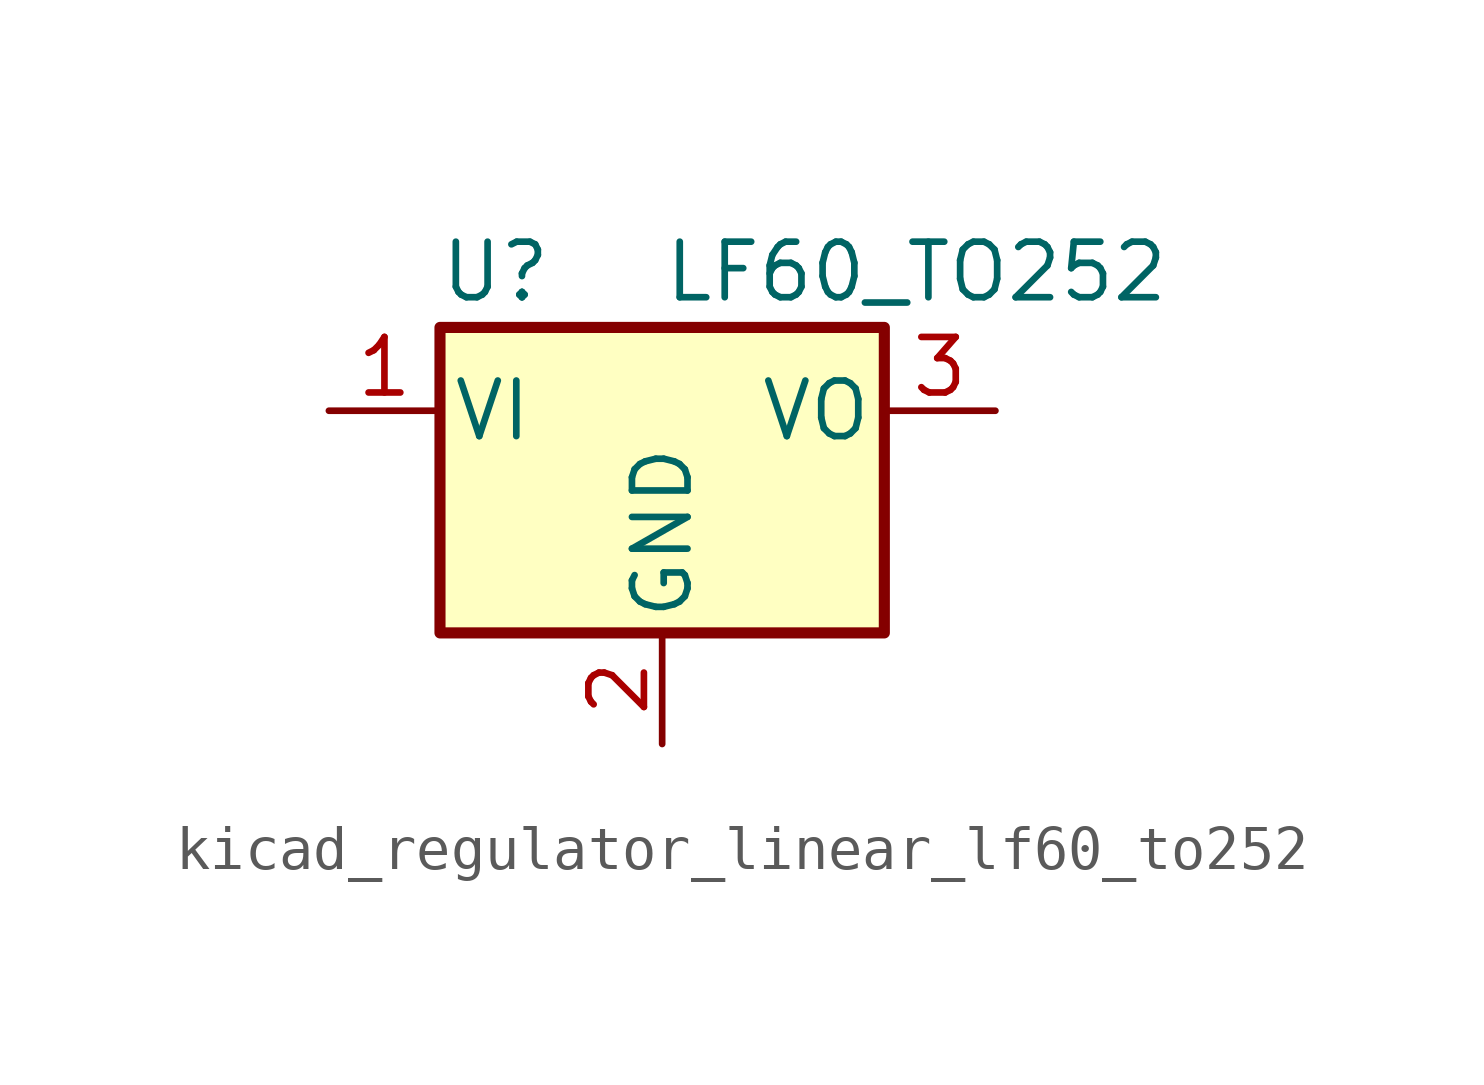
<source format=kicad_sym>
(kicad_symbol_lib
  (version 20220914)
  (generator kicad_symbol_editor)
  (symbol "kicad_regulator_linear_lf60_to252"
    (pin_names
      (offset 0.254))
    (property "Reference" "U"
      (at -3.81 3.175 0)
      (effects (font (size 1.27 1.27))))
    (property "Value" "LF60_TO252"
      (at 0 3.175 0)
      (effects (font (size 1.27 1.27)) (justify left)))
    (symbol "kicad_regulator_linear_lf60_to252_0_1"
      (rectangle (start -5.08 1.905) (end 5.08 -5.08) (stroke (width 0.254) (type default)) (fill (type background))))
    (symbol "kicad_regulator_linear_lf60_to252_1_1"
      (pin power_in line (at -7.62 0 0) (length 2.54) (name "VI" (effects (font (size 1.27 1.27)))) (number "1" (effects (font (size 1.27 1.27)))))
      (pin power_in line (at 0 -7.62 90) (length 2.54) (name "GND" (effects (font (size 1.27 1.27)))) (number "2" (effects (font (size 1.27 1.27)))))
      (pin power_out line (at 7.62 0 180) (length 2.54) (name "VO" (effects (font (size 1.27 1.27)))) (number "3" (effects (font (size 1.27 1.27))))))))
</source>
